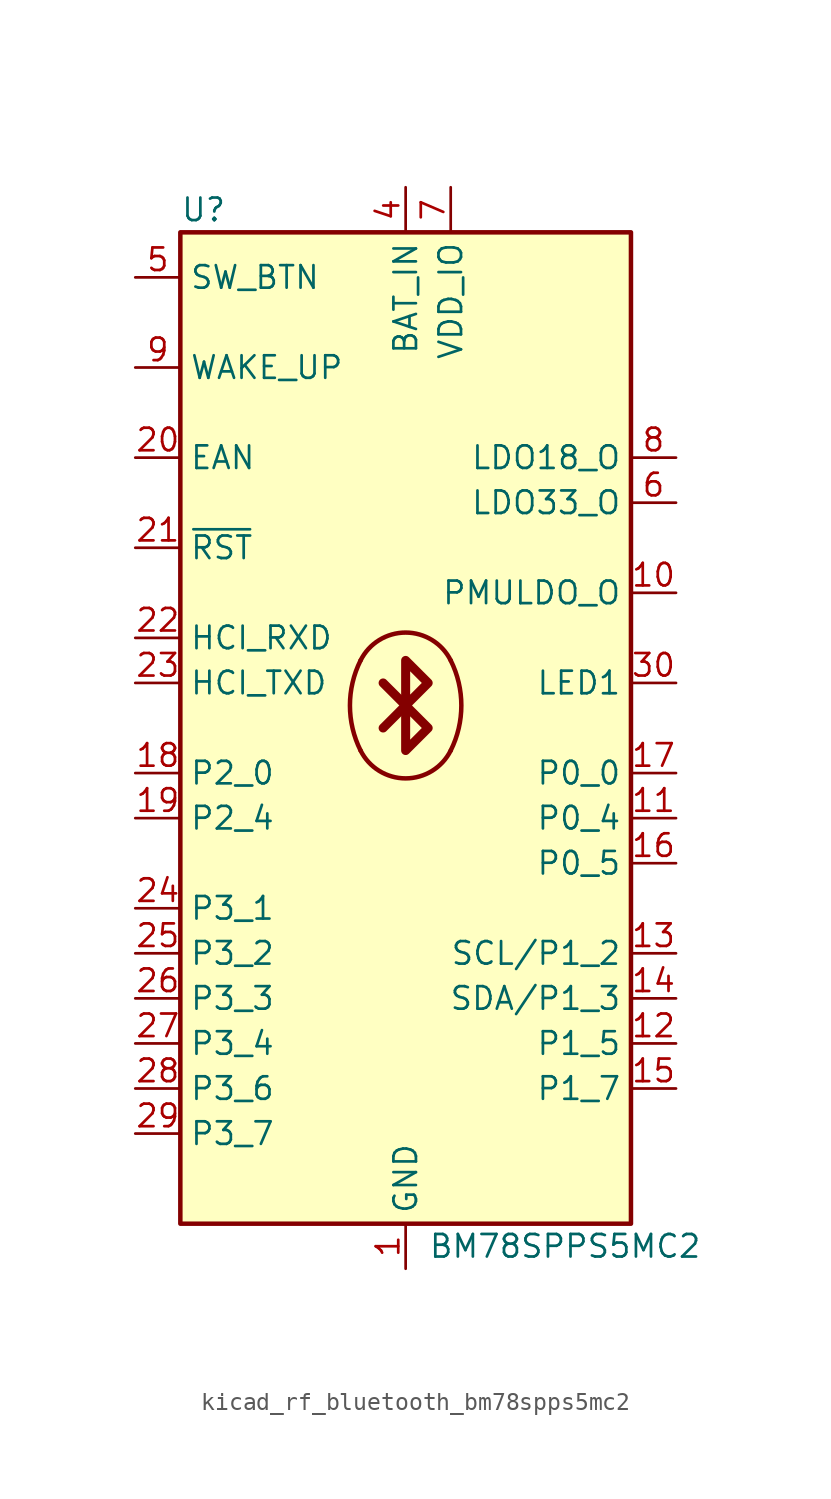
<source format=kicad_sym>
(kicad_symbol_lib
  (version 20220914)
  (generator kicad_symbol_editor)
  (symbol "kicad_rf_bluetooth_bm78spps5mc2"
    (property "Reference" "U"
      (at -12.7 29.21 0)
      (effects (font (size 1.27 1.27)) (justify left)))
    (property "Value" "BM78SPPS5MC2"
      (at 1.27 -29.21 0)
      (effects (font (size 1.27 1.27)) (justify left)))
    (symbol "kicad_rf_bluetooth_bm78spps5mc2_0_1"
      (rectangle (start -12.7 27.94) (end 12.7 -27.94) (stroke (width 0.254) (type default)) (fill (type background)))
      (arc (start -2.54 -1.27) (mid 0 -2.8398) (end 2.54 -1.27) (stroke (width 0.254) (type default)) (fill (type background)))
      (arc (start -2.54 3.81) (mid -3.1396 1.27) (end -2.54 -1.27) (stroke (width 0.254) (type default)) (fill (type background)))
      (polyline (pts (xy 0 1.27) (xy -1.27 0)) (stroke (width 0.508) (type default)) (fill (type none)))
      (polyline (pts (xy 0 1.27) (xy -1.27 2.54)) (stroke (width 0.508) (type default)) (fill (type none)))
      (polyline (pts (xy 0 3.81) (xy 1.27 2.54) (xy 0 1.27) (xy 1.27 0) (xy 0 -1.27) (xy 0 3.81)) (stroke (width 0.508) (type default)) (fill (type none)))
      (arc (start 2.54 -1.27) (mid 3.1396 1.27) (end 2.54 3.81) (stroke (width 0.254) (type default)) (fill (type background)))
      (arc (start 2.54 3.81) (mid 0 5.3798) (end -2.54 3.81) (stroke (width 0.254) (type default)) (fill (type background))))
    (symbol "kicad_rf_bluetooth_bm78spps5mc2_1_1"
      (pin power_in line (at 0 -30.48 90) (length 2.54) (name "GND" (effects (font (size 1.27 1.27)))) (number "1" (effects (font (size 1.27 1.27)))))
      (pin passive line (at 15.24 7.62 180) (length 2.54) (name "PMULDO_O" (effects (font (size 1.27 1.27)))) (number "10" (effects (font (size 1.27 1.27)))))
      (pin output line (at 15.24 -5.08 180) (length 2.54) (name "P0_4" (effects (font (size 1.27 1.27)))) (number "11" (effects (font (size 1.27 1.27)))))
      (pin output line (at 15.24 -17.78 180) (length 2.54) (name "P1_5" (effects (font (size 1.27 1.27)))) (number "12" (effects (font (size 1.27 1.27)))))
      (pin output line (at 15.24 -12.7 180) (length 2.54) (name "SCL/P1_2" (effects (font (size 1.27 1.27)))) (number "13" (effects (font (size 1.27 1.27)))))
      (pin bidirectional line (at 15.24 -15.24 180) (length 2.54) (name "SDA/P1_3" (effects (font (size 1.27 1.27)))) (number "14" (effects (font (size 1.27 1.27)))))
      (pin bidirectional line (at 15.24 -20.32 180) (length 2.54) (name "P1_7" (effects (font (size 1.27 1.27)))) (number "15" (effects (font (size 1.27 1.27)))))
      (pin bidirectional line (at 15.24 -7.62 180) (length 2.54) (name "P0_5" (effects (font (size 1.27 1.27)))) (number "16" (effects (font (size 1.27 1.27)))))
      (pin bidirectional line (at 15.24 -2.54 180) (length 2.54) (name "P0_0" (effects (font (size 1.27 1.27)))) (number "17" (effects (font (size 1.27 1.27)))))
      (pin input line (at -15.24 -2.54 0) (length 2.54) (name "P2_0" (effects (font (size 1.27 1.27)))) (number "18" (effects (font (size 1.27 1.27)))))
      (pin input line (at -15.24 -5.08 0) (length 2.54) (name "P2_4" (effects (font (size 1.27 1.27)))) (number "19" (effects (font (size 1.27 1.27)))))
      (pin passive line (at 0 -30.48 90) (length 2.54) hide (name "GND" (effects (font (size 1.27 1.27)))) (number "2" (effects (font (size 1.27 1.27)))))
      (pin input line (at -15.24 15.24 0) (length 2.54) (name "EAN" (effects (font (size 1.27 1.27)))) (number "20" (effects (font (size 1.27 1.27)))))
      (pin input line (at -15.24 10.16 0) (length 2.54) (name "~{RST}" (effects (font (size 1.27 1.27)))) (number "21" (effects (font (size 1.27 1.27)))))
      (pin input line (at -15.24 5.08 0) (length 2.54) (name "HCI_RXD" (effects (font (size 1.27 1.27)))) (number "22" (effects (font (size 1.27 1.27)))))
      (pin output line (at -15.24 2.54 0) (length 2.54) (name "HCI_TXD" (effects (font (size 1.27 1.27)))) (number "23" (effects (font (size 1.27 1.27)))))
      (pin bidirectional line (at -15.24 -10.16 0) (length 2.54) (name "P3_1" (effects (font (size 1.27 1.27)))) (number "24" (effects (font (size 1.27 1.27)))))
      (pin bidirectional line (at -15.24 -12.7 0) (length 2.54) (name "P3_2" (effects (font (size 1.27 1.27)))) (number "25" (effects (font (size 1.27 1.27)))))
      (pin bidirectional line (at -15.24 -15.24 0) (length 2.54) (name "P3_3" (effects (font (size 1.27 1.27)))) (number "26" (effects (font (size 1.27 1.27)))))
      (pin bidirectional line (at -15.24 -17.78 0) (length 2.54) (name "P3_4" (effects (font (size 1.27 1.27)))) (number "27" (effects (font (size 1.27 1.27)))))
      (pin bidirectional line (at -15.24 -20.32 0) (length 2.54) (name "P3_6" (effects (font (size 1.27 1.27)))) (number "28" (effects (font (size 1.27 1.27)))))
      (pin bidirectional line (at -15.24 -22.86 0) (length 2.54) (name "P3_7" (effects (font (size 1.27 1.27)))) (number "29" (effects (font (size 1.27 1.27)))))
      (pin passive line (at 0 -30.48 90) (length 2.54) hide (name "GND" (effects (font (size 1.27 1.27)))) (number "3" (effects (font (size 1.27 1.27)))))
      (pin output line (at 15.24 2.54 180) (length 2.54) (name "LED1" (effects (font (size 1.27 1.27)))) (number "30" (effects (font (size 1.27 1.27)))))
      (pin passive line (at 0 -30.48 90) (length 2.54) hide (name "GND" (effects (font (size 1.27 1.27)))) (number "31" (effects (font (size 1.27 1.27)))))
      (pin passive line (at 0 -30.48 90) (length 2.54) hide (name "GND" (effects (font (size 1.27 1.27)))) (number "32" (effects (font (size 1.27 1.27)))))
      (pin passive line (at 0 -30.48 90) (length 2.54) hide (name "GND" (effects (font (size 1.27 1.27)))) (number "33" (effects (font (size 1.27 1.27)))))
      (pin power_in line (at 0 30.48 270) (length 2.54) (name "BAT_IN" (effects (font (size 1.27 1.27)))) (number "4" (effects (font (size 1.27 1.27)))))
      (pin input line (at -15.24 25.4 0) (length 2.54) (name "SW_BTN" (effects (font (size 1.27 1.27)))) (number "5" (effects (font (size 1.27 1.27)))))
      (pin power_out line (at 15.24 12.7 180) (length 2.54) (name "LDO33_O" (effects (font (size 1.27 1.27)))) (number "6" (effects (font (size 1.27 1.27)))))
      (pin power_in line (at 2.54 30.48 270) (length 2.54) (name "VDD_IO" (effects (font (size 1.27 1.27)))) (number "7" (effects (font (size 1.27 1.27)))))
      (pin power_out line (at 15.24 15.24 180) (length 2.54) (name "LDO18_O" (effects (font (size 1.27 1.27)))) (number "8" (effects (font (size 1.27 1.27)))))
      (pin input line (at -15.24 20.32 0) (length 2.54) (name "WAKE_UP" (effects (font (size 1.27 1.27)))) (number "9" (effects (font (size 1.27 1.27))))))))
</source>
